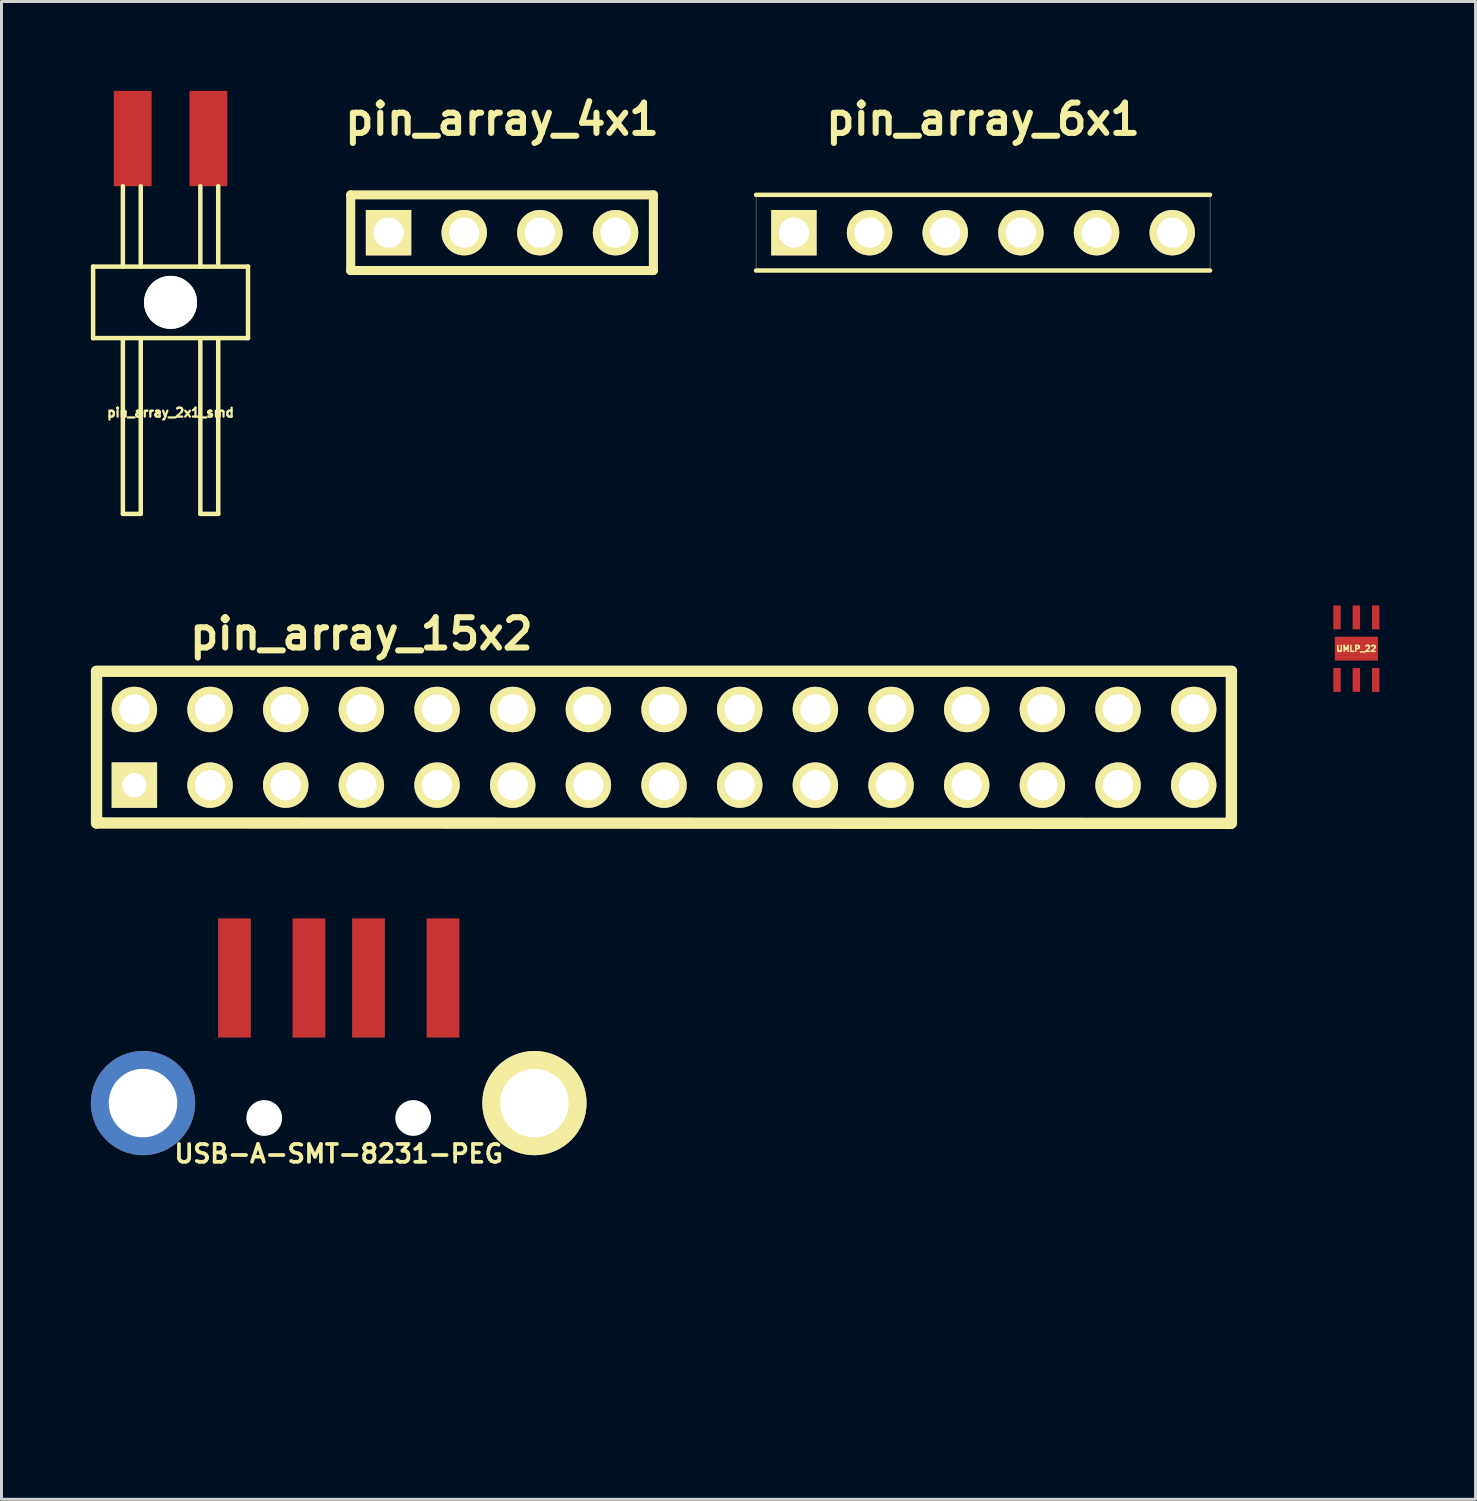
<source format=kicad_pcb>
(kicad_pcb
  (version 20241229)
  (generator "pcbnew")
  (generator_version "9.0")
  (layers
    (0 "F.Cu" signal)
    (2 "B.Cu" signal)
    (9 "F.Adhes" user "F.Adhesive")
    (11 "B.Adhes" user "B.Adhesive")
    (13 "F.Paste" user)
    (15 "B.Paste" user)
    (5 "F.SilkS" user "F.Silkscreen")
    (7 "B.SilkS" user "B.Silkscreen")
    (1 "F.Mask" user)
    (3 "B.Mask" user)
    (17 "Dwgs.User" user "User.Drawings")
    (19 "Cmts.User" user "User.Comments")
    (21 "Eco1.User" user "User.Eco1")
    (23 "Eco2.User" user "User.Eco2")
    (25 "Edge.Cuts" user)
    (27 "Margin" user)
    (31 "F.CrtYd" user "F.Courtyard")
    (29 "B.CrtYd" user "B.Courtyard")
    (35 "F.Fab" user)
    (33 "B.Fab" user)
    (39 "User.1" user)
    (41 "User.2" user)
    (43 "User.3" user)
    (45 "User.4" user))
  (footprint "USB-A-SMT-8231-PEG"
    (layer "F.Cu")
    (at 8.32 33.979)
    (property "Reference" "USB-A-SMT-8231-PEG" (at 0 1.7 0) (layer "F.SilkS") (effects (font (size 0.599 0.599) (thickness 0.124))))
    (attr smd)
    (fp_line (start -7.2 -4.1) (end 7.2 -4.1) (stroke (width 0.001) (type solid)) (layer "F.SilkS"))
    (fp_line (start -7.2 10.3) (end -7.2 -4.1) (stroke (width 0.001) (type solid)) (layer "F.SilkS"))
    (fp_line (start 7.2 -4.1) (end 7.2 10.3) (stroke (width 0.001) (type solid)) (layer "F.SilkS"))
    (fp_line (start 7.2 10.3) (end -7.2 10.3) (stroke (width 0.001) (type solid)) (layer "F.SilkS"))
    (pad "" thru_hole circle (at -6.57 0) (size 3.5 3.5) (drill 2.3) (layers "*.Cu" "*.Mask"))
    (pad "" np_thru_hole circle (at -2.5 0.5) (size 1.2 1.2) (drill 1.2) (layers "*.Cu"))
    (pad "" np_thru_hole circle (at 2.5 0.5) (size 1.2 1.2) (drill 1.2) (layers "*.Cu"))
    (pad "1" smd rect (at -3.5 -4.2) (size 1.1 4) (layers "F.Cu" "F.Mask" "F.Paste"))
    (pad "2" smd rect (at -1 -4.2) (size 1.1 4) (layers "F.Cu" "F.Mask" "F.Paste"))
    (pad "3" smd rect (at 1 -4.2) (size 1.1 4) (layers "F.Cu" "F.Mask" "F.Paste"))
    (pad "4" smd rect (at 3.5 -4.2) (size 1.1 4) (layers "F.Cu" "F.Mask" "F.Paste"))
    (pad "SHD" thru_hole circle (at 6.57 0) (size 3.5 3.5) (drill 2.3) (layers "*.Cu" "*.Mask" "F.SilkS")))
  (footprint "pin_array_4x1"
    (layer "F.Cu")
    (at 13.803 4.761)
    (property "Reference" "pin_array_4x1" (at 0 -3.81 0) (layer "F.SilkS") (effects (font (size 1.016 1.016) (thickness 0.203))))
    (attr through_hole)
    (fp_line (start -5.08 -1.27) (end 5.08 -1.27) (stroke (width 0.305) (type solid)) (layer "F.SilkS"))
    (fp_line (start -5.08 1.27) (end -5.08 -1.27) (stroke (width 0.305) (type solid)) (layer "F.SilkS"))
    (fp_line (start 5.08 1.27) (end -5.08 1.27) (stroke (width 0.305) (type solid)) (layer "F.SilkS"))
    (fp_line (start 5.08 1.27) (end 5.08 -1.27) (stroke (width 0.305) (type solid)) (layer "F.SilkS"))
    (pad "1" thru_hole rect (at -3.81 0) (size 1.524 1.524) (drill 1.016) (layers "*.Cu" "*.Mask" "F.SilkS"))
    (pad "2" thru_hole circle (at -1.27 0) (size 1.524 1.524) (drill 1.016) (layers "*.Cu" "*.Mask" "F.SilkS"))
    (pad "3" thru_hole circle (at 1.27 0) (size 1.524 1.524) (drill 1.016) (layers "*.Cu" "*.Mask" "F.SilkS"))
    (pad "4" thru_hole circle (at 3.81 0) (size 1.524 1.524) (drill 1.016) (layers "*.Cu" "*.Mask" "F.SilkS")))
  (footprint "pin_array_2x1_smd"
    (layer "F.Cu")
    (at 2.675 7.1)
    (property "Reference" "pin_array_2x1_smd" (at 0 3.7 0) (layer "F.SilkS") (effects (font (size 0.3 0.3) (thickness 0.075))))
    (attr through_hole)
    (fp_line (start -2.6 -1.2) (end 2.6 -1.2) (stroke (width 0.15) (type solid)) (layer "F.SilkS"))
    (fp_line (start -2.6 1.2) (end -2.6 -1.2) (stroke (width 0.15) (type solid)) (layer "F.SilkS"))
    (fp_line (start -1.6 -3.9) (end -1.6 -1.2) (stroke (width 0.15) (type solid)) (layer "F.SilkS"))
    (fp_line (start -1.6 1.2) (end -1.6 7.1) (stroke (width 0.15) (type solid)) (layer "F.SilkS"))
    (fp_line (start -1.6 7.1) (end -1 7.1) (stroke (width 0.15) (type solid)) (layer "F.SilkS"))
    (fp_line (start -1 -3.9) (end -1 -1.2) (stroke (width 0.15) (type solid)) (layer "F.SilkS"))
    (fp_line (start -1 7.1) (end -1 1.2) (stroke (width 0.15) (type solid)) (layer "F.SilkS"))
    (fp_line (start 1 -3.9) (end 1 -1.2) (stroke (width 0.15) (type solid)) (layer "F.SilkS"))
    (fp_line (start 1 1.2) (end 1 7.1) (stroke (width 0.15) (type solid)) (layer "F.SilkS"))
    (fp_line (start 1 7.1) (end 1.6 7.1) (stroke (width 0.15) (type solid)) (layer "F.SilkS"))
    (fp_line (start 1.6 -3.9) (end 1.6 -1.3) (stroke (width 0.15) (type solid)) (layer "F.SilkS"))
    (fp_line (start 1.6 7.1) (end 1.6 1.2) (stroke (width 0.15) (type solid)) (layer "F.SilkS"))
    (fp_line (start 2.6 -1.2) (end 2.6 1.2) (stroke (width 0.15) (type solid)) (layer "F.SilkS"))
    (fp_line (start 2.6 1.2) (end -2.6 1.2) (stroke (width 0.15) (type solid)) (layer "F.SilkS"))
    (pad "" np_thru_hole circle (at 0 0) (size 1.78 1.78) (drill 1.78) (layers "*.Cu" "*.Mask" "F.SilkS"))
    (pad "1" smd rect (at -1.27 -5.5) (size 1.27 3.2) (layers "F.Cu" "F.Mask" "F.Paste"))
    (pad "2" smd rect (at 1.27 -5.5) (size 1.27 3.2) (layers "F.Cu" "F.Mask" "F.Paste")))
  (footprint "UMLP_22"
    (layer "F.Cu")
    (at 42.481 18.725)
    (property "Reference" "UMLP_22" (at 0 0 0) (layer "F.SilkS") (effects (font (size 0.2 0.2) (thickness 0.05))))
    (attr through_hole)
    (fp_line (start -1 -1) (end 1 -1) (stroke (width 0.001) (type solid)) (layer "F.SilkS"))
    (fp_line (start -1 1) (end -1 -1) (stroke (width 0.001) (type solid)) (layer "F.SilkS"))
    (fp_line (start 1 -1) (end 1 1) (stroke (width 0.001) (type solid)) (layer "F.SilkS"))
    (fp_line (start 1 1) (end -1 1) (stroke (width 0.001) (type solid)) (layer "F.SilkS"))
    (fp_circle (center 0.7 -0.5) (end 0.8 -0.4) (stroke (width 0.001) (type solid)) (fill no) (layer "F.SilkS"))
    (pad "1" smd rect (at 0.65 -1.05) (size 0.25 0.8) (layers "F.Cu" "F.Mask" "F.Paste"))
    (pad "2" smd rect (at 0 -1.05) (size 0.25 0.8) (layers "F.Cu" "F.Mask" "F.Paste"))
    (pad "3" smd rect (at -0.65 -1.05) (size 0.25 0.8) (layers "F.Cu" "F.Mask" "F.Paste"))
    (pad "4" smd rect (at -0.65 1.05) (size 0.25 0.8) (layers "F.Cu" "F.Mask" "F.Paste"))
    (pad "5" smd rect (at 0 1.05) (size 0.25 0.8) (layers "F.Cu" "F.Mask" "F.Paste"))
    (pad "6" smd rect (at 0.65 1.05) (size 0.25 0.8) (layers "F.Cu" "F.Mask" "F.Paste"))
    (pad "EP" smd rect (at 0 0) (size 1.45 0.8) (layers "F.Cu" "F.Mask" "F.Paste")))
  (footprint "pin_array_6x1"
    (layer "F.Cu")
    (at 29.95 4.761)
    (property "Reference" "pin_array_6x1" (at 0 -3.81 0) (layer "F.SilkS") (effects (font (size 1.016 1.016) (thickness 0.203))))
    (attr through_hole)
    (fp_line (start -7.62 -1.27) (end -7.62 1.27) (stroke (width 0.01) (type solid)) (layer "F.SilkS"))
    (fp_line (start -7.62 -1.27) (end 7.62 -1.27) (stroke (width 0.15) (type solid)) (layer "F.SilkS"))
    (fp_line (start 7.62 1.27) (end -7.62 1.27) (stroke (width 0.15) (type solid)) (layer "F.SilkS"))
    (fp_line (start 7.62 1.27) (end 7.62 -1.27) (stroke (width 0.01) (type solid)) (layer "F.SilkS"))
    (pad "1" thru_hole rect (at -6.35 0) (size 1.524 1.524) (drill 1.016) (layers "*.Cu" "*.Mask" "F.SilkS"))
    (pad "2" thru_hole circle (at -3.81 0) (size 1.524 1.524) (drill 1.016) (layers "*.Cu" "*.Mask" "F.SilkS"))
    (pad "3" thru_hole circle (at -1.27 0) (size 1.524 1.524) (drill 1.016) (layers "*.Cu" "*.Mask" "F.SilkS"))
    (pad "4" thru_hole circle (at 1.27 0) (size 1.524 1.524) (drill 1.016) (layers "*.Cu" "*.Mask" "F.SilkS"))
    (pad "5" thru_hole circle (at 3.81 0) (size 1.524 1.524) (drill 1.016) (layers "*.Cu" "*.Mask" "F.SilkS"))
    (pad "6" thru_hole circle (at 6.35 0) (size 1.524 1.524) (drill 1.016) (layers "*.Cu" "*.Mask" "F.SilkS")))
  (footprint "pin_array_15x2"
    (layer "F.Cu")
    (at 16.701 22.036)
    (property "Reference" "pin_array_15x2" (at -7.62 -3.81 0) (layer "F.SilkS") (effects (font (size 1.016 1.016) (thickness 0.203))))
    (attr through_hole)
    (fp_line (start -16.51 -2.54) (end -16.51 2.54) (stroke (width 0.381) (type solid)) (layer "F.SilkS"))
    (fp_line (start 21.577 2.553) (end -16.51 2.54) (stroke (width 0.381) (type solid)) (layer "F.SilkS"))
    (fp_line (start 21.585 2.54) (end 21.585 -2.54) (stroke (width 0.381) (type solid)) (layer "F.SilkS"))
    (fp_line (start 21.59 -2.553) (end -16.51 -2.553) (stroke (width 0.381) (type solid)) (layer "F.SilkS"))
    (pad "1" thru_hole rect (at -15.24 1.27) (size 1.524 1.524) (drill 0.813) (layers "*.Cu" "*.Mask" "F.SilkS"))
    (pad "2" thru_hole circle (at -15.24 -1.27) (size 1.524 1.524) (drill 1.016) (layers "*.Cu" "*.Mask" "F.SilkS"))
    (pad "3" thru_hole circle (at -12.7 1.27) (size 1.524 1.524) (drill 1.016) (layers "*.Cu" "*.Mask" "F.SilkS"))
    (pad "4" thru_hole circle (at -12.7 -1.27) (size 1.524 1.524) (drill 1.016) (layers "*.Cu" "*.Mask" "F.SilkS"))
    (pad "5" thru_hole circle (at -10.16 1.27) (size 1.524 1.524) (drill 1.016) (layers "*.Cu" "*.Mask" "F.SilkS"))
    (pad "6" thru_hole circle (at -10.16 -1.27) (size 1.524 1.524) (drill 1.016) (layers "*.Cu" "*.Mask" "F.SilkS"))
    (pad "7" thru_hole circle (at -7.62 1.27) (size 1.524 1.524) (drill 1.016) (layers "*.Cu" "*.Mask" "F.SilkS"))
    (pad "8" thru_hole circle (at -7.62 -1.27) (size 1.524 1.524) (drill 1.016) (layers "*.Cu" "*.Mask" "F.SilkS"))
    (pad "9" thru_hole circle (at -5.08 1.27) (size 1.524 1.524) (drill 1.016) (layers "*.Cu" "*.Mask" "F.SilkS"))
    (pad "10" thru_hole circle (at -5.08 -1.27) (size 1.524 1.524) (drill 1.016) (layers "*.Cu" "*.Mask" "F.SilkS"))
    (pad "11" thru_hole circle (at -2.54 1.27) (size 1.524 1.524) (drill 1.016) (layers "*.Cu" "*.Mask" "F.SilkS"))
    (pad "12" thru_hole circle (at -2.54 -1.27) (size 1.524 1.524) (drill 1.016) (layers "*.Cu" "*.Mask" "F.SilkS"))
    (pad "13" thru_hole circle (at 0 1.27) (size 1.524 1.524) (drill 1.016) (layers "*.Cu" "*.Mask" "F.SilkS"))
    (pad "14" thru_hole circle (at 0 -1.27) (size 1.524 1.524) (drill 1.016) (layers "*.Cu" "*.Mask" "F.SilkS"))
    (pad "15" thru_hole circle (at 2.54 1.27) (size 1.524 1.524) (drill 1.016) (layers "*.Cu" "*.Mask" "F.SilkS"))
    (pad "16" thru_hole circle (at 2.54 -1.27) (size 1.524 1.524) (drill 1.016) (layers "*.Cu" "*.Mask" "F.SilkS"))
    (pad "17" thru_hole circle (at 5.08 1.27) (size 1.524 1.524) (drill 1.016) (layers "*.Cu" "*.Mask" "F.SilkS"))
    (pad "18" thru_hole circle (at 5.08 -1.27) (size 1.524 1.524) (drill 1.016) (layers "*.Cu" "*.Mask" "F.SilkS"))
    (pad "19" thru_hole circle (at 7.62 1.27) (size 1.524 1.524) (drill 1.016) (layers "*.Cu" "*.Mask" "F.SilkS"))
    (pad "20" thru_hole circle (at 7.62 -1.27) (size 1.524 1.524) (drill 1.016) (layers "*.Cu" "*.Mask" "F.SilkS"))
    (pad "21" thru_hole circle (at 10.16 1.27) (size 1.524 1.524) (drill 1.016) (layers "*.Cu" "*.Mask" "F.SilkS"))
    (pad "22" thru_hole circle (at 10.16 -1.27) (size 1.524 1.524) (drill 1.016) (layers "*.Cu" "*.Mask" "F.SilkS"))
    (pad "23" thru_hole circle (at 12.7 1.27) (size 1.524 1.524) (drill 1.016) (layers "*.Cu" "*.Mask" "F.SilkS"))
    (pad "24" thru_hole circle (at 12.7 -1.27) (size 1.524 1.524) (drill 1.016) (layers "*.Cu" "*.Mask" "F.SilkS"))
    (pad "25" thru_hole circle (at 15.24 1.27) (size 1.524 1.524) (drill 1.016) (layers "*.Cu" "*.Mask" "F.SilkS"))
    (pad "26" thru_hole circle (at 15.24 -1.27) (size 1.524 1.524) (drill 1.016) (layers "*.Cu" "*.Mask" "F.SilkS"))
    (pad "27" thru_hole circle (at 17.78 1.27) (size 1.524 1.524) (drill 1.016) (layers "*.Cu" "*.Mask" "F.SilkS"))
    (pad "28" thru_hole circle (at 17.78 -1.27) (size 1.524 1.524) (drill 1.016) (layers "*.Cu" "*.Mask" "F.SilkS"))
    (pad "29" thru_hole circle (at 20.32 1.27) (size 1.524 1.524) (drill 1.016) (layers "*.Cu" "*.Mask" "F.SilkS"))
    (pad "30" thru_hole circle (at 20.32 -1.27) (size 1.524 1.524) (drill 1.016) (layers "*.Cu" "*.Mask" "F.SilkS")))
  (gr_rect
    (start -3 -3)
    (end 46.482 47.28)
    (stroke (width 0.1) (type default))
    (fill no)
    (layer "Edge.Cuts")))
</source>
